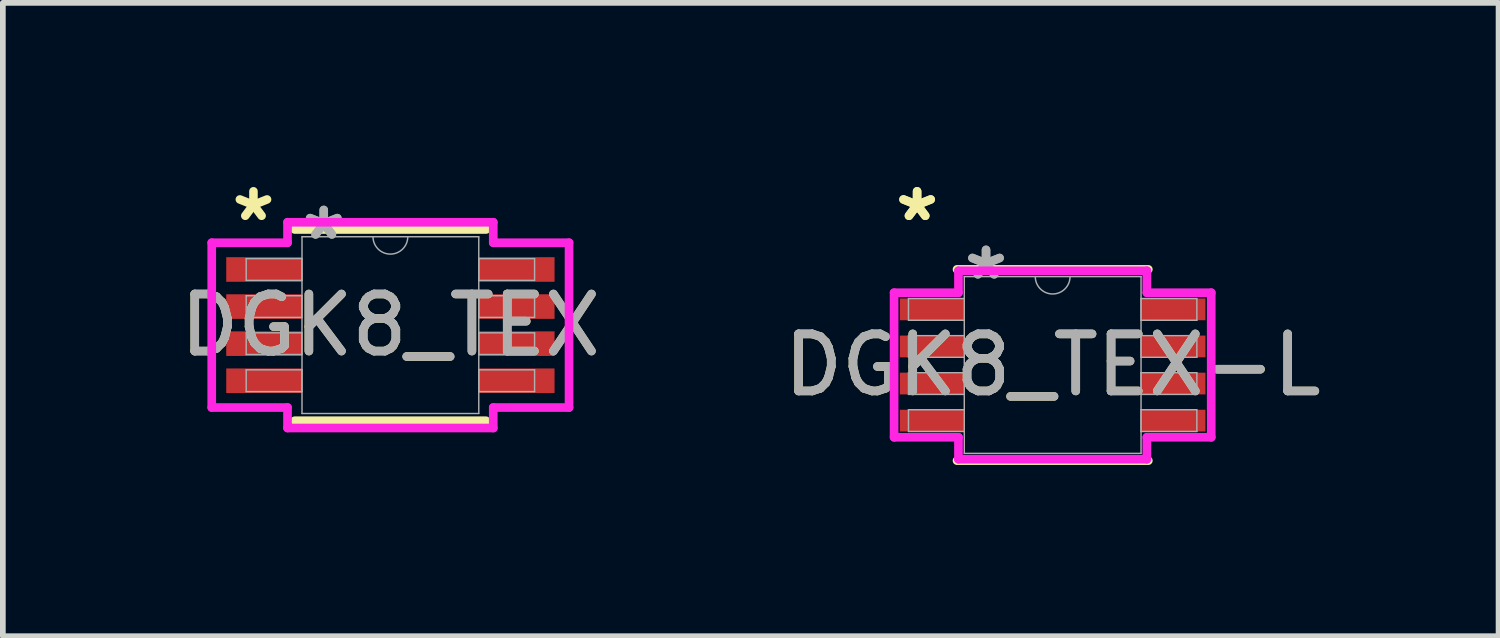
<source format=kicad_pcb>
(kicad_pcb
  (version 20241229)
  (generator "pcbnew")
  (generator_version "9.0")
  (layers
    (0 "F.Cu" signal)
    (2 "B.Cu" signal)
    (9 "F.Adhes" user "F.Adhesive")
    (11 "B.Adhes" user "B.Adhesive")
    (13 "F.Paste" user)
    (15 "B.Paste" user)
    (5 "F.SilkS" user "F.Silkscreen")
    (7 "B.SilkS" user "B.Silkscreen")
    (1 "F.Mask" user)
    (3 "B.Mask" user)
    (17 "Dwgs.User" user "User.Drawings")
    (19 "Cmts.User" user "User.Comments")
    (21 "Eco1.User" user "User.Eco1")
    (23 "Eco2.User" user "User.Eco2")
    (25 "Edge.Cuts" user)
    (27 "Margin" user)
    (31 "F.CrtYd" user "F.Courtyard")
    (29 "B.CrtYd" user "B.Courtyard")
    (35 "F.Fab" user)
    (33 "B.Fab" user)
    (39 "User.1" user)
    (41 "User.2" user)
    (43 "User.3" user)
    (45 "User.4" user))
  (footprint "DGK8_TEX-L"
    (layer "F.Cu")
    (at 15.399 3.347)
    (property "Reference" "DGK8_TEX-L" (at 0 0 0) (unlocked yes) (layer "F.SilkS") (effects (font (size 1 1) (thickness 0.15))))
    (attr smd)
    (fp_line (start -1.676 1.676) (end 1.676 1.676) (stroke (width 0.152) (type solid)) (layer "F.SilkS"))
    (fp_line (start 1.676 -1.676) (end -1.676 -1.676) (stroke (width 0.152) (type solid)) (layer "F.SilkS"))
    (fp_line (start -2.779 -1.267) (end -1.651 -1.267) (stroke (width 0.152) (type solid)) (layer "F.CrtYd"))
    (fp_line (start -2.779 1.267) (end -2.779 -1.267) (stroke (width 0.152) (type solid)) (layer "F.CrtYd"))
    (fp_line (start -2.779 1.267) (end -1.651 1.267) (stroke (width 0.152) (type solid)) (layer "F.CrtYd"))
    (fp_line (start -1.651 -1.651) (end 1.651 -1.651) (stroke (width 0.152) (type solid)) (layer "F.CrtYd"))
    (fp_line (start -1.651 -1.267) (end -1.651 -1.651) (stroke (width 0.152) (type solid)) (layer "F.CrtYd"))
    (fp_line (start -1.651 1.651) (end -1.651 1.267) (stroke (width 0.152) (type solid)) (layer "F.CrtYd"))
    (fp_line (start 1.651 -1.651) (end 1.651 -1.267) (stroke (width 0.152) (type solid)) (layer "F.CrtYd"))
    (fp_line (start 1.651 1.267) (end 1.651 1.651) (stroke (width 0.152) (type solid)) (layer "F.CrtYd"))
    (fp_line (start 1.651 1.651) (end -1.651 1.651) (stroke (width 0.152) (type solid)) (layer "F.CrtYd"))
    (fp_line (start 2.779 -1.267) (end 1.651 -1.267) (stroke (width 0.152) (type solid)) (layer "F.CrtYd"))
    (fp_line (start 2.779 -1.267) (end 2.779 1.267) (stroke (width 0.152) (type solid)) (layer "F.CrtYd"))
    (fp_line (start 2.779 1.267) (end 1.651 1.267) (stroke (width 0.152) (type solid)) (layer "F.CrtYd"))
    (fp_line (start -2.527 -1.165) (end -2.527 -0.784) (stroke (width 0.025) (type solid)) (layer "F.Fab"))
    (fp_line (start -2.527 -0.784) (end -1.549 -0.784) (stroke (width 0.025) (type solid)) (layer "F.Fab"))
    (fp_line (start -2.527 -0.515) (end -2.527 -0.135) (stroke (width 0.025) (type solid)) (layer "F.Fab"))
    (fp_line (start -2.527 -0.135) (end -1.549 -0.135) (stroke (width 0.025) (type solid)) (layer "F.Fab"))
    (fp_line (start -2.527 0.135) (end -2.527 0.515) (stroke (width 0.025) (type solid)) (layer "F.Fab"))
    (fp_line (start -2.527 0.515) (end -1.549 0.515) (stroke (width 0.025) (type solid)) (layer "F.Fab"))
    (fp_line (start -2.527 0.784) (end -2.527 1.165) (stroke (width 0.025) (type solid)) (layer "F.Fab"))
    (fp_line (start -2.527 1.165) (end -1.549 1.165) (stroke (width 0.025) (type solid)) (layer "F.Fab"))
    (fp_line (start -1.549 -1.549) (end -1.549 1.549) (stroke (width 0.025) (type solid)) (layer "F.Fab"))
    (fp_line (start -1.549 -1.165) (end -2.527 -1.165) (stroke (width 0.025) (type solid)) (layer "F.Fab"))
    (fp_line (start -1.549 -0.784) (end -1.549 -1.165) (stroke (width 0.025) (type solid)) (layer "F.Fab"))
    (fp_line (start -1.549 -0.515) (end -2.527 -0.515) (stroke (width 0.025) (type solid)) (layer "F.Fab"))
    (fp_line (start -1.549 -0.135) (end -1.549 -0.515) (stroke (width 0.025) (type solid)) (layer "F.Fab"))
    (fp_line (start -1.549 0.135) (end -2.527 0.135) (stroke (width 0.025) (type solid)) (layer "F.Fab"))
    (fp_line (start -1.549 0.515) (end -1.549 0.135) (stroke (width 0.025) (type solid)) (layer "F.Fab"))
    (fp_line (start -1.549 0.784) (end -2.527 0.784) (stroke (width 0.025) (type solid)) (layer "F.Fab"))
    (fp_line (start -1.549 1.165) (end -1.549 0.784) (stroke (width 0.025) (type solid)) (layer "F.Fab"))
    (fp_line (start -1.549 1.549) (end 1.549 1.549) (stroke (width 0.025) (type solid)) (layer "F.Fab"))
    (fp_line (start 1.549 -1.549) (end -1.549 -1.549) (stroke (width 0.025) (type solid)) (layer "F.Fab"))
    (fp_line (start 1.549 -1.165) (end 1.549 -0.784) (stroke (width 0.025) (type solid)) (layer "F.Fab"))
    (fp_line (start 1.549 -0.784) (end 2.527 -0.784) (stroke (width 0.025) (type solid)) (layer "F.Fab"))
    (fp_line (start 1.549 -0.515) (end 1.549 -0.135) (stroke (width 0.025) (type solid)) (layer "F.Fab"))
    (fp_line (start 1.549 -0.135) (end 2.527 -0.135) (stroke (width 0.025) (type solid)) (layer "F.Fab"))
    (fp_line (start 1.549 0.135) (end 1.549 0.515) (stroke (width 0.025) (type solid)) (layer "F.Fab"))
    (fp_line (start 1.549 0.515) (end 2.527 0.515) (stroke (width 0.025) (type solid)) (layer "F.Fab"))
    (fp_line (start 1.549 0.784) (end 1.549 1.165) (stroke (width 0.025) (type solid)) (layer "F.Fab"))
    (fp_line (start 1.549 1.165) (end 2.527 1.165) (stroke (width 0.025) (type solid)) (layer "F.Fab"))
    (fp_line (start 1.549 1.549) (end 1.549 -1.549) (stroke (width 0.025) (type solid)) (layer "F.Fab"))
    (fp_line (start 2.527 -1.165) (end 1.549 -1.165) (stroke (width 0.025) (type solid)) (layer "F.Fab"))
    (fp_line (start 2.527 -0.784) (end 2.527 -1.165) (stroke (width 0.025) (type solid)) (layer "F.Fab"))
    (fp_line (start 2.527 -0.515) (end 1.549 -0.515) (stroke (width 0.025) (type solid)) (layer "F.Fab"))
    (fp_line (start 2.527 -0.135) (end 2.527 -0.515) (stroke (width 0.025) (type solid)) (layer "F.Fab"))
    (fp_line (start 2.527 0.135) (end 1.549 0.135) (stroke (width 0.025) (type solid)) (layer "F.Fab"))
    (fp_line (start 2.527 0.515) (end 2.527 0.135) (stroke (width 0.025) (type solid)) (layer "F.Fab"))
    (fp_line (start 2.527 0.784) (end 1.549 0.784) (stroke (width 0.025) (type solid)) (layer "F.Fab"))
    (fp_line (start 2.527 1.165) (end 2.527 0.784) (stroke (width 0.025) (type solid)) (layer "F.Fab"))
    (fp_arc (start 0.3048 -1.5494) (mid 0 -1.2446) (end -0.3048 -1.5494) (stroke (width 0.0254) (type solid)) (layer "F.Fab"))
    (fp_text user "*" (at -2.376 -2.499 0) (unlocked yes) (layer "F.SilkS") (effects (font (size 1 1) (thickness 0.15))))
    (fp_text user "*" (at -2.376 -2.499 0) (layer "F.SilkS") (effects (font (size 1 1) (thickness 0.15))))
    (fp_text user "*" (at -1.168 -1.473 0) (unlocked yes) (layer "F.Fab") (effects (font (size 1 1) (thickness 0.15))))
    (fp_text user "${REFERENCE}" (at 0 0 0) (unlocked yes) (layer "F.Fab") (effects (font (size 1 1) (thickness 0.15))))
    (fp_text user "*" (at -1.168 -1.473 0) (layer "F.Fab") (effects (font (size 1 1) (thickness 0.15))))
    (pad "1" smd rect (at -2.122 -0.975) (size 1.111 0.381) (layers "F.Cu" "F.Mask" "F.Paste"))
    (pad "2" smd rect (at -2.122 -0.325) (size 1.111 0.381) (layers "F.Cu" "F.Mask" "F.Paste"))
    (pad "3" smd rect (at -2.122 0.325) (size 1.111 0.381) (layers "F.Cu" "F.Mask" "F.Paste"))
    (pad "4" smd rect (at -2.122 0.975) (size 1.111 0.381) (layers "F.Cu" "F.Mask" "F.Paste"))
    (pad "5" smd rect (at 2.122 0.975) (size 1.111 0.381) (layers "F.Cu" "F.Mask" "F.Paste"))
    (pad "6" smd rect (at 2.122 0.325) (size 1.111 0.381) (layers "F.Cu" "F.Mask" "F.Paste"))
    (pad "7" smd rect (at 2.122 -0.325) (size 1.111 0.381) (layers "F.Cu" "F.Mask" "F.Paste"))
    (pad "8" smd rect (at 2.122 -0.975) (size 1.111 0.381) (layers "F.Cu" "F.Mask" "F.Paste")))
  (footprint "DGK8_TEX"
    (layer "F.Cu")
    (at 3.792 2.648)
    (property "Reference" "DGK8_TEX" (at 0 0 0) (unlocked yes) (layer "F.SilkS") (effects (font (size 1 1) (thickness 0.15))))
    (attr smd)
    (fp_line (start -1.676 1.676) (end 1.676 1.676) (stroke (width 0.152) (type solid)) (layer "F.SilkS"))
    (fp_line (start 1.676 -1.676) (end -1.676 -1.676) (stroke (width 0.152) (type solid)) (layer "F.SilkS"))
    (fp_line (start -3.131 -1.444) (end -1.803 -1.444) (stroke (width 0.152) (type solid)) (layer "F.CrtYd"))
    (fp_line (start -3.131 1.444) (end -3.131 -1.444) (stroke (width 0.152) (type solid)) (layer "F.CrtYd"))
    (fp_line (start -3.131 1.444) (end -1.803 1.444) (stroke (width 0.152) (type solid)) (layer "F.CrtYd"))
    (fp_line (start -1.803 -1.803) (end 1.803 -1.803) (stroke (width 0.152) (type solid)) (layer "F.CrtYd"))
    (fp_line (start -1.803 -1.444) (end -1.803 -1.803) (stroke (width 0.152) (type solid)) (layer "F.CrtYd"))
    (fp_line (start -1.803 1.803) (end -1.803 1.444) (stroke (width 0.152) (type solid)) (layer "F.CrtYd"))
    (fp_line (start 1.803 -1.803) (end 1.803 -1.444) (stroke (width 0.152) (type solid)) (layer "F.CrtYd"))
    (fp_line (start 1.803 1.444) (end 1.803 1.803) (stroke (width 0.152) (type solid)) (layer "F.CrtYd"))
    (fp_line (start 1.803 1.803) (end -1.803 1.803) (stroke (width 0.152) (type solid)) (layer "F.CrtYd"))
    (fp_line (start 3.131 -1.444) (end 1.803 -1.444) (stroke (width 0.152) (type solid)) (layer "F.CrtYd"))
    (fp_line (start 3.131 -1.444) (end 3.131 1.444) (stroke (width 0.152) (type solid)) (layer "F.CrtYd"))
    (fp_line (start 3.131 1.444) (end 1.803 1.444) (stroke (width 0.152) (type solid)) (layer "F.CrtYd"))
    (fp_line (start -2.527 -1.165) (end -2.527 -0.784) (stroke (width 0.025) (type solid)) (layer "F.Fab"))
    (fp_line (start -2.527 -0.784) (end -1.549 -0.784) (stroke (width 0.025) (type solid)) (layer "F.Fab"))
    (fp_line (start -2.527 -0.515) (end -2.527 -0.135) (stroke (width 0.025) (type solid)) (layer "F.Fab"))
    (fp_line (start -2.527 -0.135) (end -1.549 -0.135) (stroke (width 0.025) (type solid)) (layer "F.Fab"))
    (fp_line (start -2.527 0.135) (end -2.527 0.515) (stroke (width 0.025) (type solid)) (layer "F.Fab"))
    (fp_line (start -2.527 0.515) (end -1.549 0.515) (stroke (width 0.025) (type solid)) (layer "F.Fab"))
    (fp_line (start -2.527 0.784) (end -2.527 1.165) (stroke (width 0.025) (type solid)) (layer "F.Fab"))
    (fp_line (start -2.527 1.165) (end -1.549 1.165) (stroke (width 0.025) (type solid)) (layer "F.Fab"))
    (fp_line (start -1.549 -1.549) (end -1.549 1.549) (stroke (width 0.025) (type solid)) (layer "F.Fab"))
    (fp_line (start -1.549 -1.165) (end -2.527 -1.165) (stroke (width 0.025) (type solid)) (layer "F.Fab"))
    (fp_line (start -1.549 -0.784) (end -1.549 -1.165) (stroke (width 0.025) (type solid)) (layer "F.Fab"))
    (fp_line (start -1.549 -0.515) (end -2.527 -0.515) (stroke (width 0.025) (type solid)) (layer "F.Fab"))
    (fp_line (start -1.549 -0.135) (end -1.549 -0.515) (stroke (width 0.025) (type solid)) (layer "F.Fab"))
    (fp_line (start -1.549 0.135) (end -2.527 0.135) (stroke (width 0.025) (type solid)) (layer "F.Fab"))
    (fp_line (start -1.549 0.515) (end -1.549 0.135) (stroke (width 0.025) (type solid)) (layer "F.Fab"))
    (fp_line (start -1.549 0.784) (end -2.527 0.784) (stroke (width 0.025) (type solid)) (layer "F.Fab"))
    (fp_line (start -1.549 1.165) (end -1.549 0.784) (stroke (width 0.025) (type solid)) (layer "F.Fab"))
    (fp_line (start -1.549 1.549) (end 1.549 1.549) (stroke (width 0.025) (type solid)) (layer "F.Fab"))
    (fp_line (start 1.549 -1.549) (end -1.549 -1.549) (stroke (width 0.025) (type solid)) (layer "F.Fab"))
    (fp_line (start 1.549 -1.165) (end 1.549 -0.784) (stroke (width 0.025) (type solid)) (layer "F.Fab"))
    (fp_line (start 1.549 -0.784) (end 2.527 -0.784) (stroke (width 0.025) (type solid)) (layer "F.Fab"))
    (fp_line (start 1.549 -0.515) (end 1.549 -0.135) (stroke (width 0.025) (type solid)) (layer "F.Fab"))
    (fp_line (start 1.549 -0.135) (end 2.527 -0.135) (stroke (width 0.025) (type solid)) (layer "F.Fab"))
    (fp_line (start 1.549 0.135) (end 1.549 0.515) (stroke (width 0.025) (type solid)) (layer "F.Fab"))
    (fp_line (start 1.549 0.515) (end 2.527 0.515) (stroke (width 0.025) (type solid)) (layer "F.Fab"))
    (fp_line (start 1.549 0.784) (end 1.549 1.165) (stroke (width 0.025) (type solid)) (layer "F.Fab"))
    (fp_line (start 1.549 1.165) (end 2.527 1.165) (stroke (width 0.025) (type solid)) (layer "F.Fab"))
    (fp_line (start 1.549 1.549) (end 1.549 -1.549) (stroke (width 0.025) (type solid)) (layer "F.Fab"))
    (fp_line (start 2.527 -1.165) (end 1.549 -1.165) (stroke (width 0.025) (type solid)) (layer "F.Fab"))
    (fp_line (start 2.527 -0.784) (end 2.527 -1.165) (stroke (width 0.025) (type solid)) (layer "F.Fab"))
    (fp_line (start 2.527 -0.515) (end 1.549 -0.515) (stroke (width 0.025) (type solid)) (layer "F.Fab"))
    (fp_line (start 2.527 -0.135) (end 2.527 -0.515) (stroke (width 0.025) (type solid)) (layer "F.Fab"))
    (fp_line (start 2.527 0.135) (end 1.549 0.135) (stroke (width 0.025) (type solid)) (layer "F.Fab"))
    (fp_line (start 2.527 0.515) (end 2.527 0.135) (stroke (width 0.025) (type solid)) (layer "F.Fab"))
    (fp_line (start 2.527 0.784) (end 1.549 0.784) (stroke (width 0.025) (type solid)) (layer "F.Fab"))
    (fp_line (start 2.527 1.165) (end 2.527 0.784) (stroke (width 0.025) (type solid)) (layer "F.Fab"))
    (fp_arc (start 0.3048 -1.5494) (mid 0 -1.2446) (end -0.3048 -1.5494) (stroke (width 0.0254) (type solid)) (layer "F.Fab"))
    (fp_text user "*" (at -2.4 -1.8 0) (unlocked yes) (layer "F.SilkS") (effects (font (size 1 1) (thickness 0.15))))
    (fp_text user "*" (at -1.168 -1.473 0) (unlocked yes) (layer "F.Fab") (effects (font (size 1 1) (thickness 0.15))))
    (fp_text user "${REFERENCE}" (at 0 0 0) (unlocked yes) (layer "F.Fab") (effects (font (size 1 1) (thickness 0.15))))
    (fp_text user "*" (at -1.168 -1.473 0) (layer "F.Fab") (effects (font (size 1 1) (thickness 0.15))))
    (pad "1" smd rect (at -2.213 -0.975) (size 1.328 0.431) (layers "F.Cu" "F.Mask" "F.Paste"))
    (pad "2" smd rect (at -2.213 -0.325) (size 1.328 0.431) (layers "F.Cu" "F.Mask" "F.Paste"))
    (pad "3" smd rect (at -2.213 0.325) (size 1.328 0.431) (layers "F.Cu" "F.Mask" "F.Paste"))
    (pad "4" smd rect (at -2.213 0.975) (size 1.328 0.431) (layers "F.Cu" "F.Mask" "F.Paste"))
    (pad "5" smd rect (at 2.213 0.975) (size 1.328 0.431) (layers "F.Cu" "F.Mask" "F.Paste"))
    (pad "6" smd rect (at 2.213 0.325) (size 1.328 0.431) (layers "F.Cu" "F.Mask" "F.Paste"))
    (pad "7" smd rect (at 2.213 -0.325) (size 1.328 0.431) (layers "F.Cu" "F.Mask" "F.Paste"))
    (pad "8" smd rect (at 2.213 -0.975) (size 1.328 0.431) (layers "F.Cu" "F.Mask" "F.Paste")))
  (gr_rect
    (start -3 -3)
    (end 23.214 8.1)
    (stroke (width 0.1) (type default))
    (fill no)
    (layer "Edge.Cuts")))
</source>
